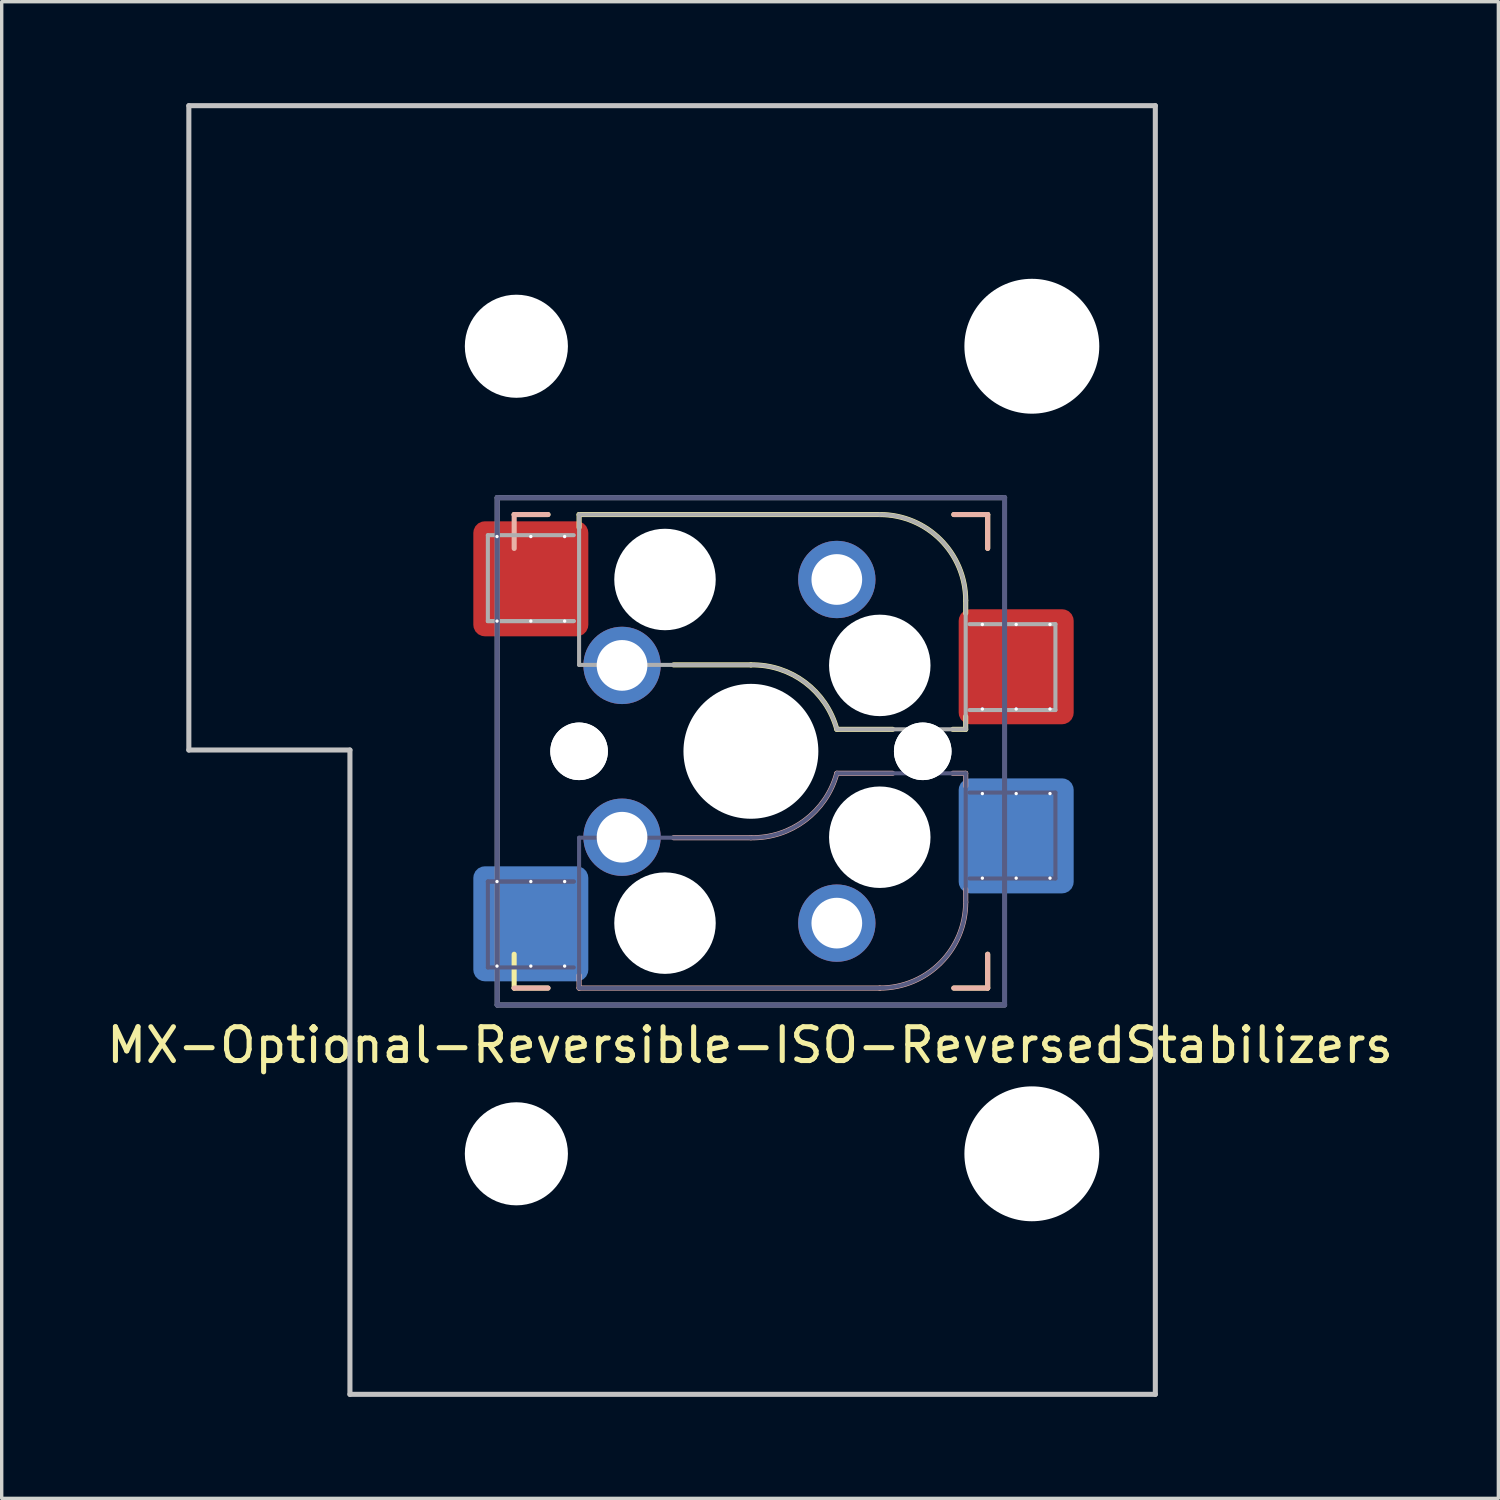
<source format=kicad_pcb>
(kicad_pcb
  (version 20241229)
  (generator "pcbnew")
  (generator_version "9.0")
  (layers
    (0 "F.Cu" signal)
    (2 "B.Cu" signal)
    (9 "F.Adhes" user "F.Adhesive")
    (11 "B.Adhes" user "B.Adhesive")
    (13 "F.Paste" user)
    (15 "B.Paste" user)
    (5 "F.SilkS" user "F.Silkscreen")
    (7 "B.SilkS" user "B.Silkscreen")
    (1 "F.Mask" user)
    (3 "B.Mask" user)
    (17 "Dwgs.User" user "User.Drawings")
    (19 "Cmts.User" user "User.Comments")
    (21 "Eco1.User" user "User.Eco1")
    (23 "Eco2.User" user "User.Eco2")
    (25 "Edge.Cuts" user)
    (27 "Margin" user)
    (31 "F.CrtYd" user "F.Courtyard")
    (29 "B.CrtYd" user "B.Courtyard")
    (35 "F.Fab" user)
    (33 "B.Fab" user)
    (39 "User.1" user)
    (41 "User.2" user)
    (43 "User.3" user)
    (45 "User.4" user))
  (footprint "MX-Optional-Reversible-ISO-ReversedStabilizers"
    (layer "F.Cu")
    (at 19.202 19.125)
    (property "Reference" "MX-Optional-Reversible-ISO-ReversedStabilizers" (at -0.077 8.726 180) (layer "F.SilkS") (effects (font (size 1 1) (thickness 0.15))))
    (attr smd)
    (fp_rect (start -8.258 -6.062) (end -4.858 -4.062) (stroke (width 0.1) (type solid)) (fill yes) (layer "F.Mask"))
    (fp_rect (start 6.092 -3.462) (end 9.492 -1.462) (stroke (width 0.1) (type solid)) (fill yes) (layer "F.Mask"))
    (fp_rect (start -4.858 4.138) (end -8.258 6.138) (stroke (width 0.1) (type solid)) (fill yes) (layer "B.Mask"))
    (fp_rect (start 9.492 1.538) (end 6.092 3.538) (stroke (width 0.1) (type solid)) (fill yes) (layer "B.Mask"))
    (fp_line (start -7.051 -6.962) (end -6.051 -6.962) (stroke (width 0.15) (type solid)) (layer "F.SilkS"))
    (fp_line (start -7.051 7.038) (end -7.051 6.038) (stroke (width 0.15) (type solid)) (layer "F.SilkS"))
    (fp_line (start -6.051 7.038) (end -7.051 7.038) (stroke (width 0.15) (type solid)) (layer "F.SilkS"))
    (fp_line (start -5.131 -6.581) (end -5.131 -6.962) (stroke (width 0.15) (type solid)) (layer "F.SilkS"))
    (fp_line (start -2.337 -2.517) (end -0.051 -2.517) (stroke (width 0.15) (type solid)) (layer "F.SilkS"))
    (fp_line (start 2.489 -0.612) (end 4.14 -0.612) (stroke (width 0.15) (type solid)) (layer "F.SilkS"))
    (fp_line (start 3.759 -6.962) (end -5.131 -6.962) (stroke (width 0.15) (type solid)) (layer "F.SilkS"))
    (fp_line (start 5.918 -0.612) (end 6.299 -0.612) (stroke (width 0.15) (type solid)) (layer "F.SilkS"))
    (fp_line (start 5.949 -6.962) (end 6.949 -6.962) (stroke (width 0.15) (type solid)) (layer "F.SilkS"))
    (fp_line (start 6.299 -4.041) (end 6.299 -4.422) (stroke (width 0.15) (type solid)) (layer "F.SilkS"))
    (fp_line (start 6.299 -0.612) (end 6.299 -0.993) (stroke (width 0.15) (type solid)) (layer "F.SilkS"))
    (fp_line (start 6.949 -6.962) (end 6.949 -5.962) (stroke (width 0.15) (type solid)) (layer "F.SilkS"))
    (fp_line (start 6.949 6.038) (end 6.949 7.038) (stroke (width 0.15) (type solid)) (layer "F.SilkS"))
    (fp_line (start 6.949 7.038) (end 5.949 7.038) (stroke (width 0.15) (type solid)) (layer "F.SilkS"))
    (fp_arc (start -0.05085 -2.51696) (mid 1.54712 -2.001754) (end 2.48915 -0.61196) (stroke (width 0.15) (type solid)) (layer "F.SilkS"))
    (fp_arc (start 3.75915 -6.96196) (mid 5.555201 -6.218011) (end 6.29915 -4.42196) (stroke (width 0.15) (type solid)) (layer "F.SilkS"))
    (fp_line (start -7.051 -6.962) (end -6.051 -6.962) (stroke (width 0.15) (type solid)) (layer "B.SilkS"))
    (fp_line (start -7.05 -6.96) (end -7.05 -5.96) (stroke (width 0.15) (type solid)) (layer "B.SilkS"))
    (fp_line (start -6.051 7.038) (end -7.051 7.038) (stroke (width 0.15) (type solid)) (layer "B.SilkS"))
    (fp_line (start -5.131 7.038) (end -5.131 6.657) (stroke (width 0.15) (type solid)) (layer "B.SilkS"))
    (fp_line (start -5.131 7.038) (end 3.759 7.038) (stroke (width 0.15) (type solid)) (layer "B.SilkS"))
    (fp_line (start -0.051 2.593) (end -2.337 2.593) (stroke (width 0.15) (type solid)) (layer "B.SilkS"))
    (fp_line (start 4.14 0.688) (end 2.489 0.688) (stroke (width 0.15) (type solid)) (layer "B.SilkS"))
    (fp_line (start 5.949 -6.962) (end 6.949 -6.962) (stroke (width 0.15) (type solid)) (layer "B.SilkS"))
    (fp_line (start 6.299 0.688) (end 5.918 0.688) (stroke (width 0.15) (type solid)) (layer "B.SilkS"))
    (fp_line (start 6.299 1.069) (end 6.299 0.688) (stroke (width 0.15) (type solid)) (layer "B.SilkS"))
    (fp_line (start 6.299 4.498) (end 6.299 4.117) (stroke (width 0.15) (type solid)) (layer "B.SilkS"))
    (fp_line (start 6.949 -6.962) (end 6.949 -5.962) (stroke (width 0.15) (type solid)) (layer "B.SilkS"))
    (fp_line (start 6.949 6.038) (end 6.949 7.038) (stroke (width 0.15) (type solid)) (layer "B.SilkS"))
    (fp_line (start 6.949 7.038) (end 5.949 7.038) (stroke (width 0.15) (type solid)) (layer "B.SilkS"))
    (fp_arc (start 2.48915 0.68804) (mid 1.547119 2.077831) (end -0.05085 2.59304) (stroke (width 0.15) (type solid)) (layer "B.SilkS"))
    (fp_arc (start 6.29915 4.49804) (mid 5.555201 6.294091) (end 3.75915 7.03804) (stroke (width 0.15) (type solid)) (layer "B.SilkS"))
    (fp_line (start -16.669 -19.05) (end -16.669 0) (stroke (width 0.15) (type solid)) (layer "Dwgs.User"))
    (fp_line (start -16.669 -19.05) (end 11.906 -19.05) (stroke (width 0.15) (type solid)) (layer "Dwgs.User"))
    (fp_line (start -11.906 0) (end -16.669 0) (stroke (width 0.15) (type solid)) (layer "Dwgs.User"))
    (fp_line (start -11.906 19.05) (end -11.906 0) (stroke (width 0.15) (type solid)) (layer "Dwgs.User"))
    (fp_line (start -11.906 19.05) (end 11.906 19.05) (stroke (width 0.15) (type solid)) (layer "Dwgs.User"))
    (fp_line (start 11.906 -19.05) (end 11.906 19.05) (stroke (width 0.15) (type solid)) (layer "Dwgs.User"))
    (fp_line (start -6.951 6.938) (end 6.849 6.938) (stroke (width 0.15) (type solid)) (layer "Eco2.User"))
    (fp_line (start -6.95 -6.86) (end -6.95 6.94) (stroke (width 0.15) (type solid)) (layer "Eco2.User"))
    (fp_line (start 6.848 6.94) (end 6.848 -6.86) (stroke (width 0.15) (type solid)) (layer "Eco2.User"))
    (fp_line (start 6.849 -6.862) (end -6.951 -6.862) (stroke (width 0.15) (type solid)) (layer "Eco2.User"))
    (fp_line (start -7.828 3.888) (end -7.828 6.428) (stroke (width 0.12) (type solid)) (layer "B.Fab"))
    (fp_line (start -7.828 6.428) (end -5.288 6.428) (stroke (width 0.12) (type solid)) (layer "B.Fab"))
    (fp_line (start -7.551 -7.462) (end 7.449 -7.462) (stroke (width 0.15) (type solid)) (layer "B.Fab"))
    (fp_line (start -7.551 7.538) (end -7.551 -7.462) (stroke (width 0.15) (type solid)) (layer "B.Fab"))
    (fp_line (start -5.288 3.888) (end -7.828 3.888) (stroke (width 0.12) (type solid)) (layer "B.Fab"))
    (fp_line (start -5.288 3.888) (end -7.828 3.888) (stroke (width 0.12) (type solid)) (layer "B.Fab"))
    (fp_line (start -5.131 2.593) (end -5.131 7.038) (stroke (width 0.12) (type solid)) (layer "B.Fab"))
    (fp_line (start -5.131 7.038) (end 3.759 7.038) (stroke (width 0.12) (type solid)) (layer "B.Fab"))
    (fp_line (start -0.051 2.593) (end -5.131 2.593) (stroke (width 0.12) (type solid)) (layer "B.Fab"))
    (fp_line (start 6.299 0.688) (end 2.489 0.688) (stroke (width 0.12) (type solid)) (layer "B.Fab"))
    (fp_line (start 6.299 4.498) (end 6.299 0.688) (stroke (width 0.12) (type solid)) (layer "B.Fab"))
    (fp_line (start 6.412 3.798) (end 8.952 3.798) (stroke (width 0.12) (type solid)) (layer "B.Fab"))
    (fp_line (start 7.449 -7.462) (end 7.449 7.538) (stroke (width 0.15) (type solid)) (layer "B.Fab"))
    (fp_line (start 7.449 7.538) (end -7.551 7.538) (stroke (width 0.15) (type solid)) (layer "B.Fab"))
    (fp_line (start 8.952 1.258) (end 6.412 1.258) (stroke (width 0.12) (type solid)) (layer "B.Fab"))
    (fp_line (start 8.952 3.798) (end 8.952 1.258) (stroke (width 0.12) (type solid)) (layer "B.Fab"))
    (fp_arc (start 2.48915 0.68804) (mid 1.547122 2.077836) (end -0.05085 2.59304) (stroke (width 0.12) (type solid)) (layer "B.Fab"))
    (fp_arc (start 6.29915 4.49804) (mid 5.555201 6.294091) (end 3.75915 7.03804) (stroke (width 0.12) (type solid)) (layer "B.Fab"))
    (fp_line (start -7.828 -6.352) (end -7.828 -3.812) (stroke (width 0.12) (type solid)) (layer "F.Fab"))
    (fp_line (start -7.828 -3.812) (end -5.288 -3.812) (stroke (width 0.12) (type solid)) (layer "F.Fab"))
    (fp_line (start -7.828 -3.812) (end -5.288 -3.812) (stroke (width 0.12) (type solid)) (layer "F.Fab"))
    (fp_line (start -7.551 -7.462) (end 7.449 -7.462) (stroke (width 0.15) (type solid)) (layer "F.Fab"))
    (fp_line (start -7.551 7.538) (end -7.551 -7.462) (stroke (width 0.15) (type solid)) (layer "F.Fab"))
    (fp_line (start -5.288 -6.352) (end -7.828 -6.352) (stroke (width 0.12) (type solid)) (layer "F.Fab"))
    (fp_line (start -5.131 -6.962) (end -5.131 -2.517) (stroke (width 0.12) (type solid)) (layer "F.Fab"))
    (fp_line (start -5.131 -2.517) (end -0.051 -2.517) (stroke (width 0.12) (type solid)) (layer "F.Fab"))
    (fp_line (start 2.489 -0.612) (end 6.299 -0.612) (stroke (width 0.12) (type solid)) (layer "F.Fab"))
    (fp_line (start 3.759 -6.962) (end -5.131 -6.962) (stroke (width 0.12) (type solid)) (layer "F.Fab"))
    (fp_line (start 6.299 -0.612) (end 6.299 -4.422) (stroke (width 0.12) (type solid)) (layer "F.Fab"))
    (fp_line (start 6.412 -1.182) (end 8.952 -1.182) (stroke (width 0.12) (type solid)) (layer "F.Fab"))
    (fp_line (start 7.449 7.538) (end -7.551 7.538) (stroke (width 0.15) (type solid)) (layer "F.Fab"))
    (fp_line (start 8.952 -3.722) (end 6.412 -3.722) (stroke (width 0.12) (type solid)) (layer "F.Fab"))
    (fp_line (start 8.952 -1.182) (end 8.952 -3.722) (stroke (width 0.12) (type solid)) (layer "F.Fab"))
    (fp_arc (start -0.05085 -2.51696) (mid 1.547122 -2.001755) (end 2.48915 -0.61196) (stroke (width 0.12) (type solid)) (layer "F.Fab"))
    (fp_arc (start 3.75915 -6.96196) (mid 5.555201 -6.218011) (end 6.29915 -4.42196) (stroke (width 0.12) (type solid)) (layer "F.Fab"))
    (pad "" np_thru_hole circle (at -6.985 -11.938) (size 3.048 3.048) (drill 3.048) (layers "*.Cu" "*.Mask"))
    (pad "" np_thru_hole circle (at -6.985 11.938) (size 3.048 3.048) (drill 3.048) (layers "*.Cu" "*.Mask"))
    (pad "" np_thru_hole circle (at -5.131 0.038 180) (size 1.702 1.702) (drill 1.702) (layers "*.Cu" "*.Mask"))
    (pad "" np_thru_hole circle (at -5.131 0.038) (size 1.702 1.702) (drill 1.702) (layers "*.Cu" "*.Mask"))
    (pad "" np_thru_hole circle (at -2.591 -5.042) (size 3 3) (drill 3) (layers "*.Cu" "*.Mask"))
    (pad "" np_thru_hole circle (at -2.591 5.118 180) (size 3 3) (drill 3) (layers "*.Cu" "*.Mask"))
    (pad "" np_thru_hole circle (at -0.051 0.038) (size 3.988 3.988) (drill 3.988) (layers "*.Cu" "*.Mask"))
    (pad "" np_thru_hole circle (at 3.759 -2.502) (size 3 3) (drill 3) (layers "*.Cu" "*.Mask"))
    (pad "" np_thru_hole circle (at 3.759 2.578 180) (size 3 3) (drill 3) (layers "*.Cu" "*.Mask"))
    (pad "" np_thru_hole circle (at 5.029 0.038) (size 1.702 1.702) (drill 1.702) (layers "*.Cu" "*.Mask"))
    (pad "" np_thru_hole circle (at 5.029 0.038 180) (size 1.702 1.702) (drill 1.702) (layers "*.Cu" "*.Mask"))
    (pad "" np_thru_hole circle (at 8.255 -11.938) (size 3.988 3.988) (drill 3.988) (layers "*.Cu" "*.Mask"))
    (pad "" np_thru_hole circle (at 8.255 11.938) (size 3.988 3.988) (drill 3.988) (layers "*.Cu" "*.Mask"))
    (pad "1" thru_hole circle (at -7.558 -6.312 270) (size 0.1 0.1) (drill 0.3) (layers "*.Cu" "*.Mask"))
    (pad "1" thru_hole circle (at -7.558 -3.812 270) (size 0.1 0.1) (drill 0.3) (layers "*.Cu" "*.Mask"))
    (pad "1" thru_hole circle (at -7.558 3.888 270) (size 0.1 0.1) (drill 0.3) (layers "*.Cu" "*.Mask"))
    (pad "1" thru_hole circle (at -7.558 6.388 270) (size 0.1 0.1) (drill 0.3) (layers "*.Cu" "*.Mask"))
    (pad "1" thru_hole circle (at -6.558 -6.312 270) (size 0.1 0.1) (drill 0.3) (layers "*.Cu"))
    (pad "1" smd roundrect (at -6.558 -5.062 180) (size 3.4 3.4) (property pad_prop_bga) (layers "F.Cu" "F.Paste") (roundrect_rratio 0.1))
    (pad "1" thru_hole circle (at -6.558 -3.812 270) (size 0.1 0.1) (drill 0.3) (layers "*.Cu" "*.Mask"))
    (pad "1" thru_hole circle (at -6.558 3.888 270) (size 0.1 0.1) (drill 0.3) (layers "*.Cu" "*.Mask"))
    (pad "1" smd roundrect (at -6.558 5.138) (size 3.4 3.4) (property pad_prop_bga) (layers "B.Cu" "B.Paste") (roundrect_rratio 0.1))
    (pad "1" thru_hole circle (at -6.558 6.388 270) (size 0.1 0.1) (drill 0.3) (layers "*.Cu"))
    (pad "1" thru_hole circle (at -5.558 -6.312 270) (size 0.1 0.1) (drill 0.3) (layers "*.Cu"))
    (pad "1" thru_hole circle (at -5.558 -3.812 270) (size 0.1 0.1) (drill 0.3) (layers "*.Cu" "*.Mask"))
    (pad "1" thru_hole circle (at -5.558 3.888 270) (size 0.1 0.1) (drill 0.3) (layers "*.Cu" "*.Mask"))
    (pad "1" thru_hole circle (at -5.558 6.388 270) (size 0.1 0.1) (drill 0.3) (layers "*.Cu"))
    (pad "1" thru_hole circle (at -3.861 -2.502) (size 2.286 2.286) (drill 1.499) (layers "*.Cu" "*.Mask"))
    (pad "1" thru_hole circle (at -3.861 2.578 180) (size 2.286 2.286) (drill 1.499) (layers "*.Cu" "*.Mask"))
    (pad "2" thru_hole circle (at 2.489 -5.042) (size 2.286 2.286) (drill 1.499) (layers "*.Cu" "*.Mask"))
    (pad "2" thru_hole circle (at 2.489 5.118 180) (size 2.286 2.286) (drill 1.499) (layers "*.Cu" "*.Mask"))
    (pad "2" thru_hole circle (at 6.792 -3.712 270) (size 0.1 0.1) (drill 0.3) (layers "*.Cu" "*.Mask"))
    (pad "2" thru_hole circle (at 6.792 -1.212 270) (size 0.1 0.1) (drill 0.3) (layers "*.Cu" "*.Mask"))
    (pad "2" thru_hole circle (at 6.792 1.288 270) (size 0.1 0.1) (drill 0.3) (layers "*.Cu" "*.Mask"))
    (pad "2" thru_hole circle (at 6.792 3.788 270) (size 0.1 0.1) (drill 0.3) (layers "*.Cu" "*.Mask"))
    (pad "2" thru_hole circle (at 7.792 -3.712 270) (size 0.1 0.1) (drill 0.3) (layers "*.Cu"))
    (pad "2" smd roundrect (at 7.792 -2.462 180) (size 3.4 3.4) (property pad_prop_bga) (layers "F.Cu" "F.Paste") (roundrect_rratio 0.1))
    (pad "2" thru_hole circle (at 7.792 -1.212 270) (size 0.1 0.1) (drill 0.3) (layers "*.Cu" "*.Mask"))
    (pad "2" thru_hole circle (at 7.792 1.288 270) (size 0.1 0.1) (drill 0.3) (layers "*.Cu" "*.Mask"))
    (pad "2" smd roundrect (at 7.792 2.538) (size 3.4 3.4) (property pad_prop_bga) (layers "B.Cu" "B.Paste") (roundrect_rratio 0.1))
    (pad "2" thru_hole circle (at 7.792 3.788 270) (size 0.1 0.1) (drill 0.3) (layers "*.Cu"))
    (pad "2" thru_hole circle (at 8.792 -3.712 270) (size 0.1 0.1) (drill 0.3) (layers "*.Cu"))
    (pad "2" thru_hole circle (at 8.792 -1.212 270) (size 0.1 0.1) (drill 0.3) (layers "*.Cu" "*.Mask"))
    (pad "2" thru_hole circle (at 8.792 1.288 270) (size 0.1 0.1) (drill 0.3) (layers "*.Cu" "*.Mask"))
    (pad "2" thru_hole circle (at 8.792 3.788 270) (size 0.1 0.1) (drill 0.3) (layers "*.Cu")))
  (gr_rect
    (start -3 -3)
    (end 41.25 41.25)
    (stroke (width 0.1) (type default))
    (fill no)
    (layer "Edge.Cuts")))
</source>
